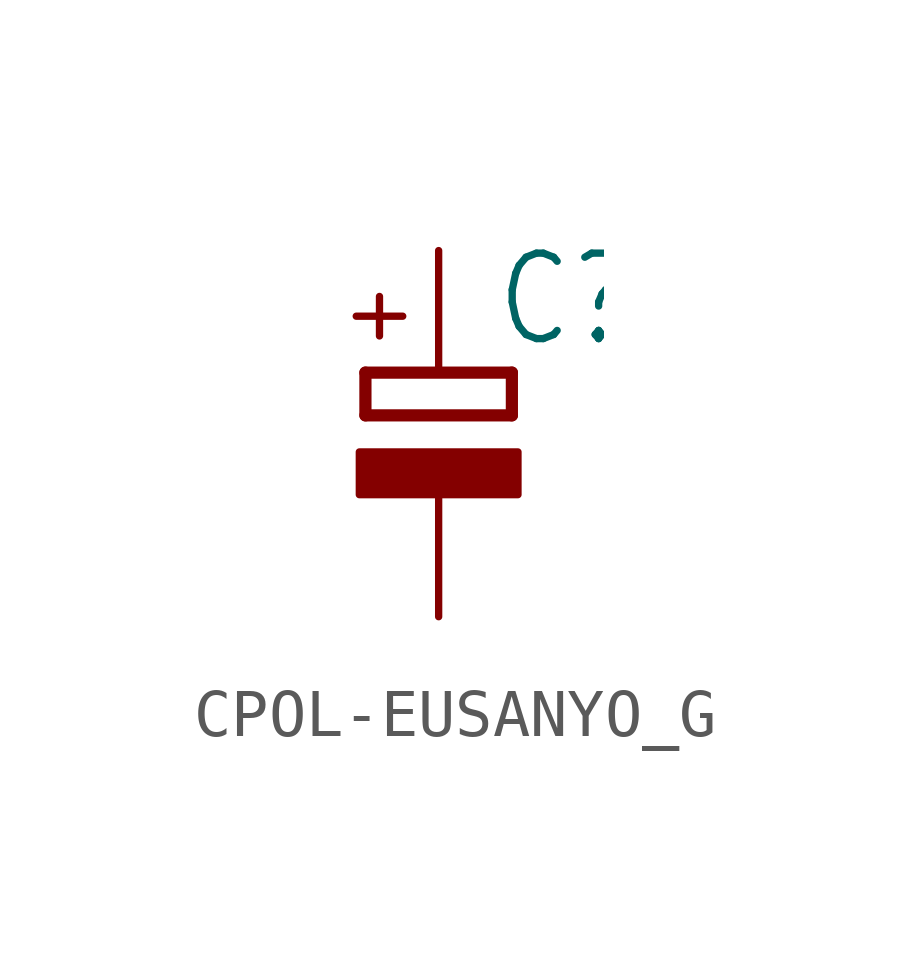
<source format=kicad_sym>
(kicad_symbol_lib
  (version 20241209)
  (generator "kicad_symbol_editor")
  (generator_version "9.0")
  (symbol "CPOL-EUSANYO_G"
    (property "Reference" "C"
      (at 1.143 0.483 0)
      (effects (font (size 1.778 1.511)) (justify left bottom)))
    (property "Value" ""
      (at 1.143 -4.597 0)
      (effects (font (size 1.778 1.511)) (justify left bottom)))
    (property "ki_locked" ""
      (at 0 0 0)
      (effects (font (size 1.27 1.27))))
    (symbol "CPOL-EUSANYO_G_1_0"
      (rectangle (start -1.651 -2.54) (end 1.651 -1.651) (stroke (width 0) (type default)) (fill (type outline)))
      (polyline (pts (xy -1.524 0) (xy -1.524 -0.889)) (stroke (width 0.254) (type solid)) (fill (type none)))
      (polyline (pts (xy -1.524 0) (xy 1.524 0)) (stroke (width 0.254) (type solid)) (fill (type none)))
      (polyline (pts (xy -1.524 -0.889) (xy 1.524 -0.889)) (stroke (width 0.254) (type solid)) (fill (type none)))
      (polyline (pts (xy 1.524 -0.889) (xy 1.524 0)) (stroke (width 0.254) (type solid)) (fill (type none)))
      (text "+" (at -0.584 0.406 900) (effects (font (size 1.27 1.079)) (justify left bottom)))
      (pin passive line (at 0 2.54 270) (length 2.54) (name "+" (effects (font (size 0 0)))) (number "+" (effects (font (size 0 0)))))
      (pin passive line (at 0 -5.08 90) (length 2.54) (name "-" (effects (font (size 0 0)))) (number "-" (effects (font (size 0 0))))))))
</source>
